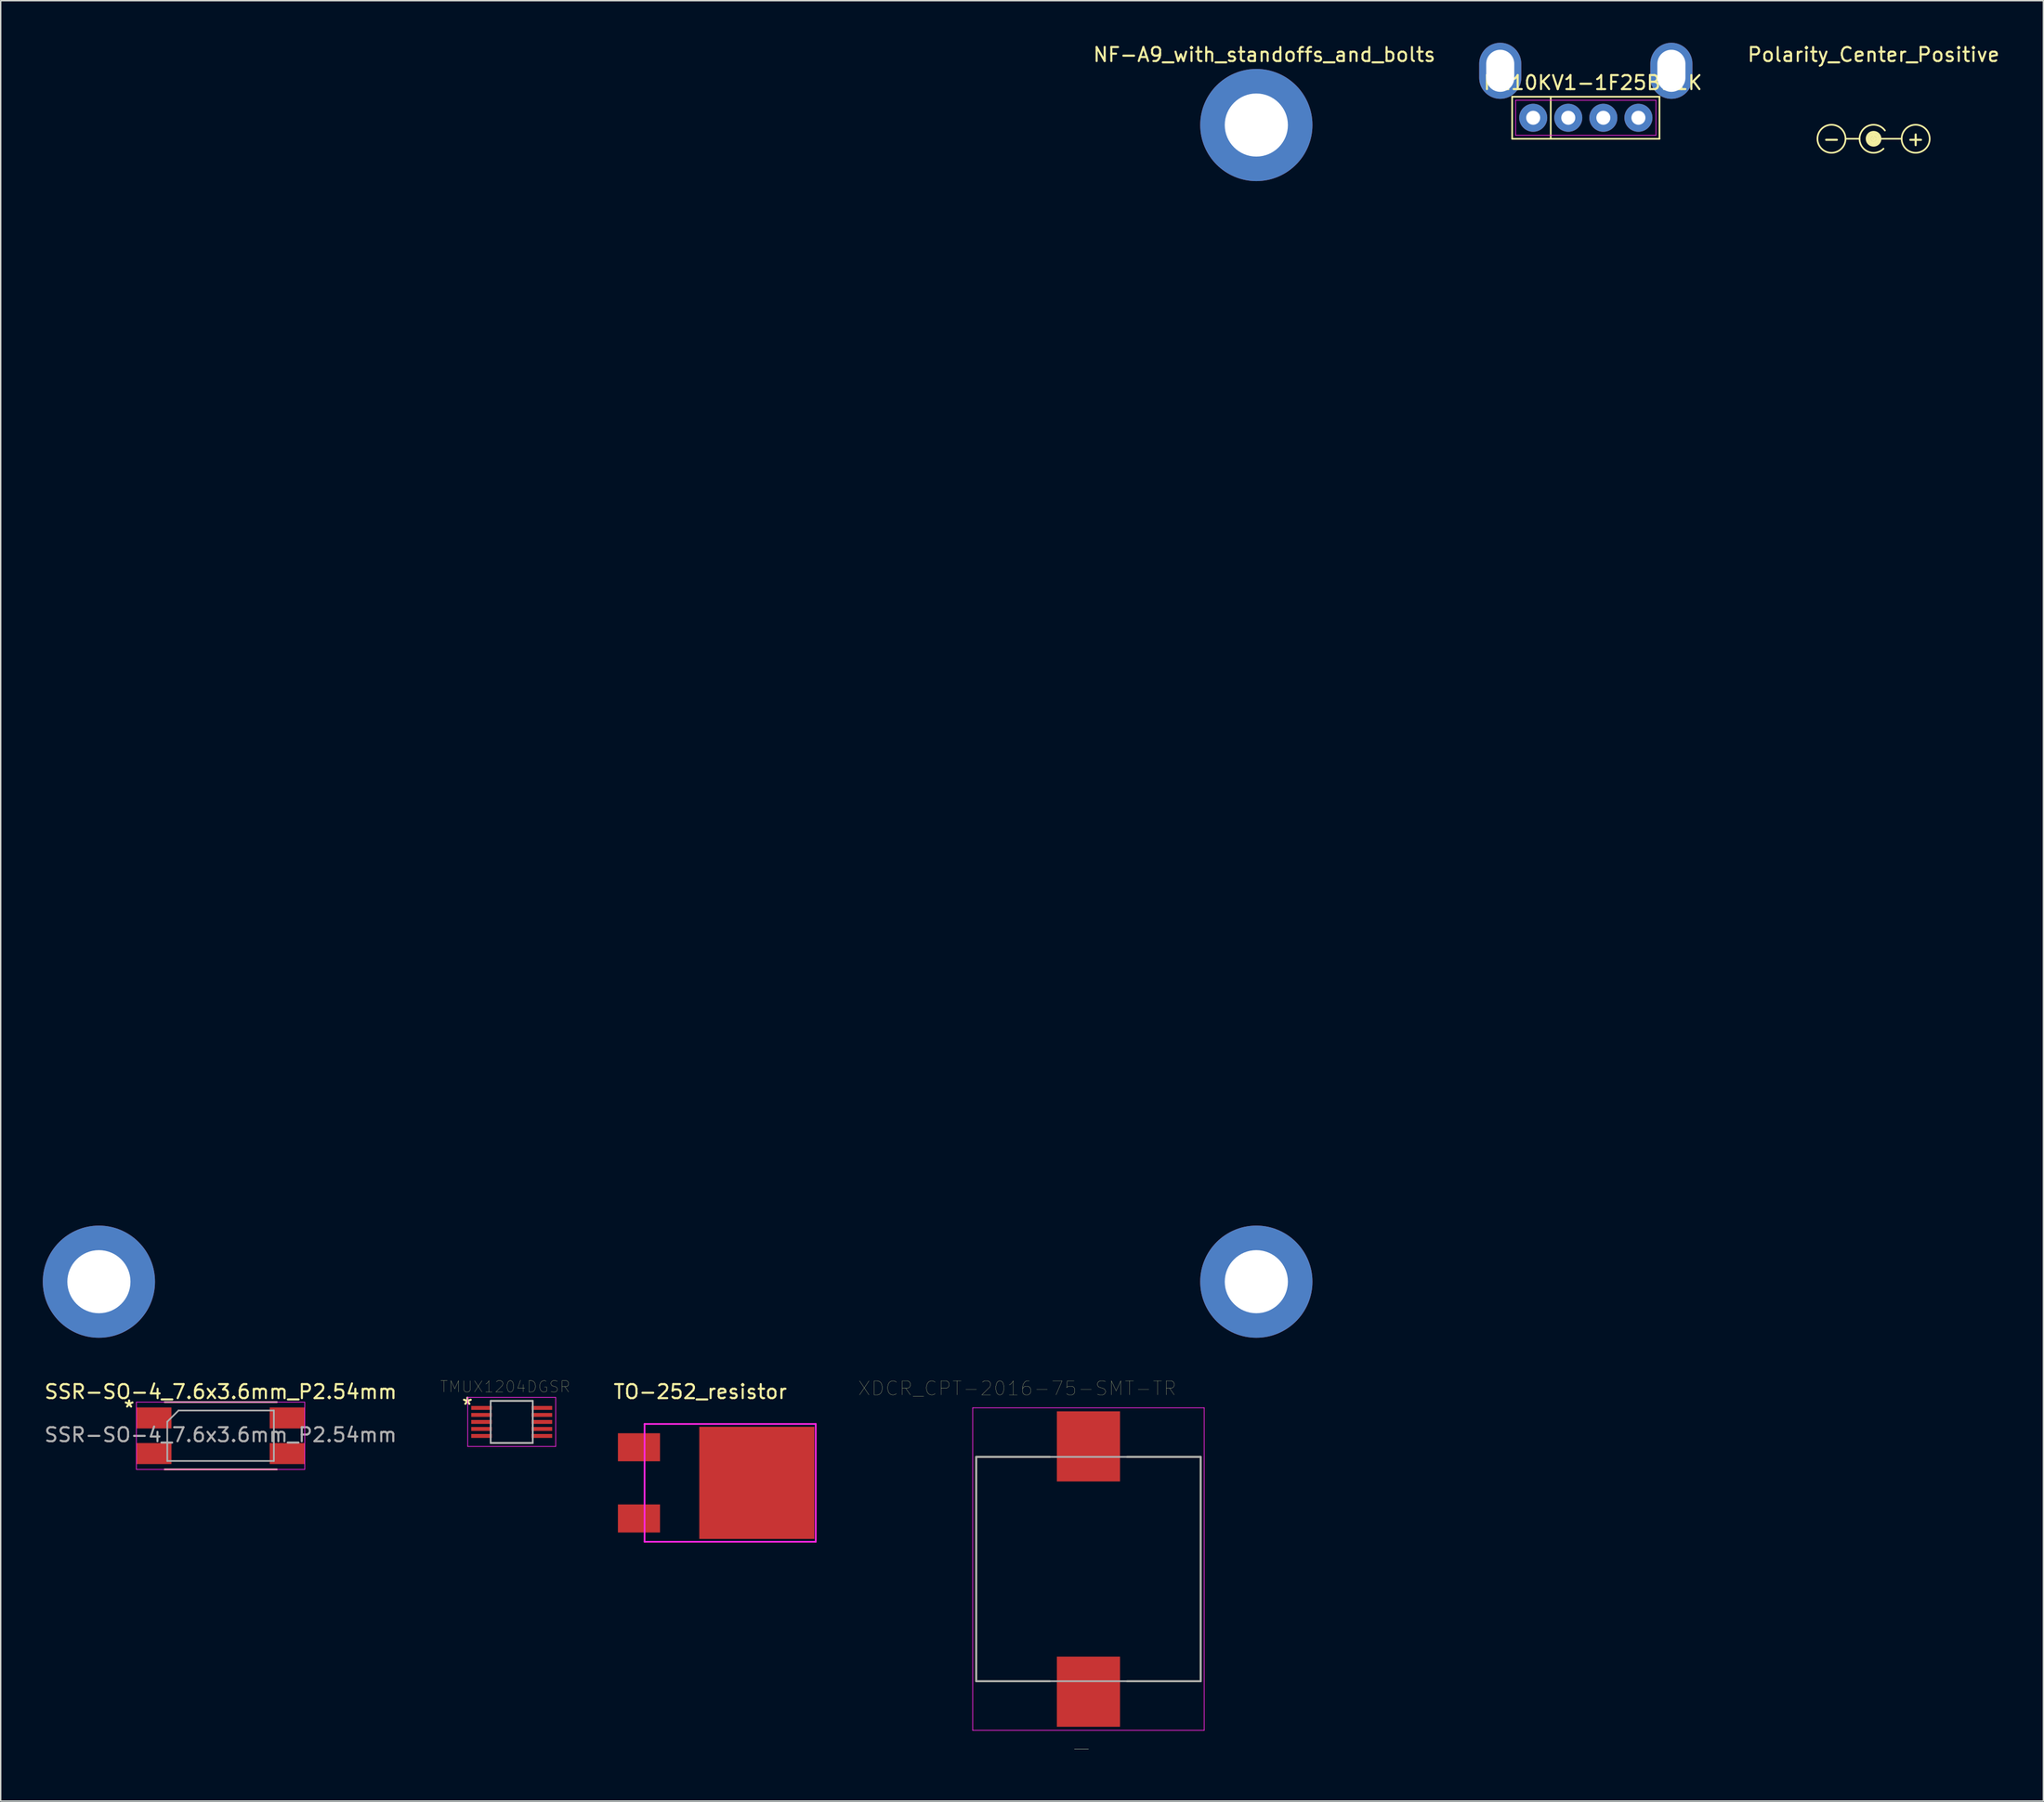
<source format=kicad_pcb>
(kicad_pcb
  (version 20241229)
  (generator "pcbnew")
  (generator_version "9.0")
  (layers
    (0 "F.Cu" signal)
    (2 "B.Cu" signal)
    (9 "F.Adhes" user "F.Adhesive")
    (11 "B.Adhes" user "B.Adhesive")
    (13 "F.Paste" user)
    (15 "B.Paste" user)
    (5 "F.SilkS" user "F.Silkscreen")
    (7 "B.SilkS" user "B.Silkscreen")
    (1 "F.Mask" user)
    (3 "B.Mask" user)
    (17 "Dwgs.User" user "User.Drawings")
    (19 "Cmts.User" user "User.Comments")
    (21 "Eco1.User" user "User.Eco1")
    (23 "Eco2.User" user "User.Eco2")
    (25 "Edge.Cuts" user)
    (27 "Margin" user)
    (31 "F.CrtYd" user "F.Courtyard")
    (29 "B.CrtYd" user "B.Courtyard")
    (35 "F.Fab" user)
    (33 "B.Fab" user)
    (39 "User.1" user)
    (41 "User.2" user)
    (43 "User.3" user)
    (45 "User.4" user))
  (footprint "P110KV1-1F25BR1K"
    (layer "F.Cu")
    (at 109.985 5.35)
    (property "Reference" "P110KV1-1F25BR1K" (at 0.5 -2.5 0) (layer "F.SilkS") (effects (font (size 1 1) (thickness 0.15))))
    (attr through_hole)
    (fp_line (start -5.25 -1.5) (end 5.25 -1.5) (stroke (width 0.12) (type solid)) (layer "F.SilkS"))
    (fp_line (start -5.25 1.5) (end -5.25 -1.5) (stroke (width 0.12) (type solid)) (layer "F.SilkS"))
    (fp_line (start -2.5 -1.5) (end -2.5 1.5) (stroke (width 0.12) (type solid)) (layer "F.SilkS"))
    (fp_line (start 5.25 -1.5) (end 5.25 1.5) (stroke (width 0.12) (type solid)) (layer "F.SilkS"))
    (fp_line (start 5.25 1.5) (end -5.25 1.5) (stroke (width 0.12) (type solid)) (layer "F.SilkS"))
    (fp_line (start -5 -1.25) (end 5 -1.25) (stroke (width 0.05) (type solid)) (layer "F.CrtYd"))
    (fp_line (start -5 1.25) (end -5 -1.25) (stroke (width 0.05) (type solid)) (layer "F.CrtYd"))
    (fp_line (start 5 -1.25) (end 5 1.25) (stroke (width 0.05) (type solid)) (layer "F.CrtYd"))
    (fp_line (start 5 1.25) (end -5 1.25) (stroke (width 0.05) (type solid)) (layer "F.CrtYd"))
    (pad "1" thru_hole circle (at -3.75 0) (size 2 2) (drill 1) (layers "*.Cu" "*.Mask"))
    (pad "2" thru_hole circle (at -1.25 0) (size 2 2) (drill 1) (layers "*.Cu" "*.Mask"))
    (pad "3" thru_hole circle (at 1.25 0) (size 2 2) (drill 1) (layers "*.Cu" "*.Mask"))
    (pad "~" thru_hole oval (at -6.1 -3.35) (size 3 4) (drill oval 2 3) (layers "*.Cu" "*.Mask"))
    (pad "~" thru_hole circle (at 3.75 0) (size 2 2) (drill 1) (layers "*.Cu" "*.Mask"))
    (pad "~" thru_hole oval (at 6.1 -3.35) (size 3 4) (drill oval 2 3) (layers "*.Cu" "*.Mask")))
  (footprint "TO-252_resistor"
    (layer "F.Cu")
    (at 46.795 102.716)
    (property "Reference" "TO-252_resistor" (at 0.07 -6.5 0) (layer "F.SilkS") (effects (font (size 1 1) (thickness 0.15))))
    (attr through_hole)
    (fp_line (start -3.9 -4.2) (end -3.9 4.2) (stroke (width 0.12) (type solid)) (layer "F.CrtYd"))
    (fp_line (start -3.9 -4.2) (end 8.3 -4.2) (stroke (width 0.12) (type solid)) (layer "F.CrtYd"))
    (fp_line (start 8.3 -4.2) (end 8.3 4.2) (stroke (width 0.12) (type solid)) (layer "F.CrtYd"))
    (fp_line (start 8.3 4.2) (end -3.9 4.2) (stroke (width 0.12) (type solid)) (layer "F.CrtYd"))
    (pad "1" smd rect (at -4.3 -2.54) (size 3 2) (layers "F.Cu" "F.Mask" "F.Paste"))
    (pad "2" smd rect (at -4.3 2.54) (size 3 2) (layers "F.Cu" "F.Mask" "F.Paste"))
    (pad "2" smd rect (at 4.1 0) (size 8.2 8) (layers "F.Cu" "F.Mask" "F.Paste")))
  (footprint "SSR-SO-4_7.6x3.6mm_P2.54mm"
    (layer "F.Cu")
    (at 12.673 99.356)
    (property "Reference" "SSR-SO-4_7.6x3.6mm_P2.54mm" (at 0.01 -3.14 0) (layer "F.SilkS") (effects (font (size 1 1) (thickness 0.15))))
    (attr smd)
    (fp_line (start -3.99 -2.4) (end 4.01 -2.4) (stroke (width 0.12) (type solid)) (layer "F.SilkS"))
    (fp_line (start 4.01 2.4) (end -3.99 2.4) (stroke (width 0.12) (type solid)) (layer "F.SilkS"))
    (fp_line (start -6 -2.4) (end -6 2.4) (stroke (width 0.05) (type solid)) (layer "F.CrtYd"))
    (fp_line (start -6 -2.4) (end 6 -2.4) (stroke (width 0.05) (type solid)) (layer "F.CrtYd"))
    (fp_line (start 6 2.4) (end -6 2.4) (stroke (width 0.05) (type solid)) (layer "F.CrtYd"))
    (fp_line (start 6 2.4) (end 6 -2.4) (stroke (width 0.05) (type solid)) (layer "F.CrtYd"))
    (fp_line (start -3.8 -1) (end -3 -1.8) (stroke (width 0.12) (type solid)) (layer "F.Fab"))
    (fp_line (start -3.8 1.8) (end -3.8 -1) (stroke (width 0.12) (type solid)) (layer "F.Fab"))
    (fp_line (start -3 -1.8) (end 3.8 -1.8) (stroke (width 0.12) (type solid)) (layer "F.Fab"))
    (fp_line (start 3.8 -1.8) (end 3.8 1.8) (stroke (width 0.12) (type solid)) (layer "F.Fab"))
    (fp_line (start 3.8 1.8) (end -3.8 1.8) (stroke (width 0.12) (type solid)) (layer "F.Fab"))
    (fp_text user "*" (at -6.52 -1.97 0) (layer "F.SilkS") (effects (font (size 1 1) (thickness 0.15))))
    (fp_text user "${REFERENCE}" (at 0 -0.065 0) (layer "F.Fab") (effects (font (size 1 1) (thickness 0.15))))
    (pad "1" smd rect (at -4.75 -1.27) (size 2.5 1.5) (layers "F.Cu" "F.Mask" "F.Paste"))
    (pad "2" smd rect (at -4.75 1.27) (size 2.5 1.5) (layers "F.Cu" "F.Mask" "F.Paste"))
    (pad "3" smd rect (at 4.75 1.27) (size 2.5 1.5) (layers "F.Cu" "F.Mask" "F.Paste"))
    (pad "4" smd rect (at 4.75 -1.27) (size 2.5 1.5) (layers "F.Cu" "F.Mask" "F.Paste")))
  (footprint "TMUX1204DGSR"
    (layer "F.Cu")
    (at 33.424 98.371)
    (property "Reference" "TMUX1204DGSR" (at -0.46 -2.508 0) (layer "F.SilkS") (effects (font (size 0.8 0.8) (thickness 0.015))))
    (attr through_hole)
    (fp_line (start -1.5 -1.5) (end 1.5 -1.5) (stroke (width 0.127) (type solid)) (layer "F.SilkS"))
    (fp_line (start -1.5 1.5) (end 1.5 1.5) (stroke (width 0.127) (type solid)) (layer "F.SilkS"))
    (fp_line (start -3.135 -1.75) (end -3.135 1.75) (stroke (width 0.05) (type solid)) (layer "F.CrtYd"))
    (fp_line (start -3.135 -1.75) (end 3.135 -1.75) (stroke (width 0.05) (type solid)) (layer "F.CrtYd"))
    (fp_line (start -3.135 1.75) (end 3.135 1.75) (stroke (width 0.05) (type solid)) (layer "F.CrtYd"))
    (fp_line (start 3.135 -1.75) (end 3.135 1.75) (stroke (width 0.05) (type solid)) (layer "F.CrtYd"))
    (fp_line (start -1.5 -1.5) (end -1.5 1.5) (stroke (width 0.127) (type solid)) (layer "F.Fab"))
    (fp_line (start -1.5 -1.5) (end 1.5 -1.5) (stroke (width 0.127) (type solid)) (layer "F.Fab"))
    (fp_line (start -1.5 1.5) (end 1.5 1.5) (stroke (width 0.127) (type solid)) (layer "F.Fab"))
    (fp_line (start 1.5 -1.5) (end 1.5 1.5) (stroke (width 0.127) (type solid)) (layer "F.Fab"))
    (fp_text user "*" (at -3.16 -1.18 0) (layer "F.SilkS") (effects (font (size 1 1) (thickness 0.15))))
    (pad "1" smd rect (at -2.15 -1) (size 1.47 0.28) (layers "F.Cu" "F.Mask" "F.Paste"))
    (pad "2" smd rect (at -2.15 -0.5) (size 1.47 0.28) (layers "F.Cu" "F.Mask" "F.Paste"))
    (pad "3" smd rect (at -2.15 0) (size 1.47 0.28) (layers "F.Cu" "F.Mask" "F.Paste"))
    (pad "4" smd rect (at -2.15 0.5) (size 1.47 0.28) (layers "F.Cu" "F.Mask" "F.Paste"))
    (pad "5" smd rect (at -2.15 1) (size 1.47 0.28) (layers "F.Cu" "F.Mask" "F.Paste"))
    (pad "6" smd rect (at 2.15 1) (size 1.47 0.28) (layers "F.Cu" "F.Mask" "F.Paste"))
    (pad "7" smd rect (at 2.15 0.5) (size 1.47 0.28) (layers "F.Cu" "F.Mask" "F.Paste"))
    (pad "8" smd rect (at 2.15 0) (size 1.47 0.28) (layers "F.Cu" "F.Mask" "F.Paste"))
    (pad "9" smd rect (at 2.15 -0.5) (size 1.47 0.28) (layers "F.Cu" "F.Mask" "F.Paste"))
    (pad "10" smd rect (at 2.15 -1) (size 1.47 0.28) (layers "F.Cu" "F.Mask" "F.Paste")))
  (footprint "Polarity_Center_Positive"
    (layer "F.Cu")
    (at 130.497 0.848)
    (property "Reference" "Polarity_Center_Positive" (at 0 0 0) (layer "F.SilkS") (effects (font (size 1 1) (thickness 0.15))))
    (attr exclude_from_pos_files exclude_from_bom)
    (fp_line (start -2 6) (end -1 6) (stroke (width 0.12) (type solid)) (layer "F.SilkS"))
    (fp_line (start 0 6) (end 2 6) (stroke (width 0.12) (type solid)) (layer "F.SilkS"))
    (fp_arc (start 0.70859 6.70859) (mid -0.999056 5.921981) (end 0.81 5.41) (stroke (width 0.12) (type solid)) (layer "F.SilkS"))
    (fp_circle (center -3 6) (end -3 5) (stroke (width 0.12) (type solid)) (fill no) (layer "F.SilkS"))
    (fp_circle (center 0 6) (end -0.02 5.86) (stroke (width 0.12) (type solid)) (fill no) (layer "F.SilkS"))
    (fp_circle (center 0 6) (end 0 5.5) (stroke (width 0.12) (type solid)) (fill no) (layer "F.SilkS"))
    (fp_circle (center 0 6) (end 0 5.6) (stroke (width 0.12) (type solid)) (fill no) (layer "F.SilkS"))
    (fp_circle (center 0 6) (end 0 5.75) (stroke (width 0.12) (type solid)) (fill no) (layer "F.SilkS"))
    (fp_circle (center 0 6) (end 0 5.9) (stroke (width 0.12) (type solid)) (fill no) (layer "F.SilkS"))
    (fp_circle (center 0 6) (end 0.02 5.69) (stroke (width 0.12) (type solid)) (fill no) (layer "F.SilkS"))
    (fp_circle (center 3 6) (end 3 5) (stroke (width 0.12) (type solid)) (fill no) (layer "F.SilkS"))
    (fp_text user "-" (at -3 6 0) (layer "F.SilkS") (effects (font (size 1 1) (thickness 0.15))))
    (fp_text user "+" (at 3 6 0) (layer "F.SilkS") (effects (font (size 1 1) (thickness 0.15)))))
  (footprint "NF-A9_with_standoffs_and_bolts"
    (layer "F.Cu")
    (at 4 5.868)
    (property "Reference" "NF-A9_with_standoffs_and_bolts" (at 83.07 -5.02 0) (layer "F.SilkS") (effects (font (size 1 1) (thickness 0.15))))
    (attr through_hole)
    (pad "1" thru_hole circle (at 0 82.5) (size 8 8) (drill 4.5) (layers "*.Cu" "*.Mask"))
    (pad "1" thru_hole circle (at 82.5 0) (size 8 8) (drill 4.5) (layers "*.Cu" "*.Mask"))
    (pad "1" thru_hole circle (at 82.5 82.5) (size 8 8) (drill 4.5) (layers "*.Cu" "*.Mask")))
  (footprint "XDCR_CPT-2016-75-SMT-TR"
    (layer "F.Cu")
    (at 74.534 108.865)
    (property "Reference" "XDCR_CPT-2016-75-SMT-TR" (at -5.075 -12.885 0) (layer "F.SilkS") (effects (font (size 1 1) (thickness 0.015))))
    (attr through_hole)
    (fp_line (start -8 -8) (end -8 8) (stroke (width 0.127) (type solid)) (layer "F.SilkS"))
    (fp_line (start -8 8) (end -2.75 8) (stroke (width 0.127) (type solid)) (layer "F.SilkS"))
    (fp_line (start -2.75 -8) (end -8 -8) (stroke (width 0.127) (type solid)) (layer "F.SilkS"))
    (fp_line (start 2.75 -8) (end 8 -8) (stroke (width 0.127) (type solid)) (layer "F.SilkS"))
    (fp_line (start 8 -8) (end 8 8) (stroke (width 0.127) (type solid)) (layer "F.SilkS"))
    (fp_line (start 8 8) (end 2.75 8) (stroke (width 0.127) (type solid)) (layer "F.SilkS"))
    (fp_line (start -8.25 -11.5) (end 8.25 -11.5) (stroke (width 0.05) (type solid)) (layer "F.CrtYd"))
    (fp_line (start -8.25 11.5) (end -8.25 -11.5) (stroke (width 0.05) (type solid)) (layer "F.CrtYd"))
    (fp_line (start 8.25 -11.5) (end 8.25 11.5) (stroke (width 0.05) (type solid)) (layer "F.CrtYd"))
    (fp_line (start 8.25 11.5) (end -8.25 11.5) (stroke (width 0.05) (type solid)) (layer "F.CrtYd"))
    (fp_line (start -8 -8) (end 8 -8) (stroke (width 0.127) (type solid)) (layer "F.Fab"))
    (fp_line (start -8 8) (end -8 -8) (stroke (width 0.127) (type solid)) (layer "F.Fab"))
    (fp_line (start 8 -8) (end 8 8) (stroke (width 0.127) (type solid)) (layer "F.Fab"))
    (fp_line (start 8 8) (end -8 8) (stroke (width 0.127) (type solid)) (layer "F.Fab"))
    (fp_text user "-" (at -0.5 12.75 0) (layer "F.SilkS") (effects (font (size 1.32 1.32) (thickness 0.015))))
    (fp_text user "-" (at -0.5 12.75 0) (layer "F.Fab") (effects (font (size 1.32 1.32) (thickness 0.015))))
    (pad "1" smd rect (at 0 -8.75) (size 4.5 5) (layers "F.Cu" "F.Mask" "F.Paste"))
    (pad "2" smd rect (at 0 8.75) (size 4.5 5) (layers "F.Cu" "F.Mask" "F.Paste")))
  (gr_rect
    (start -3 -3)
    (end 142.599 125.413)
    (stroke (width 0.1) (type default))
    (fill no)
    (layer "Edge.Cuts")))
</source>
